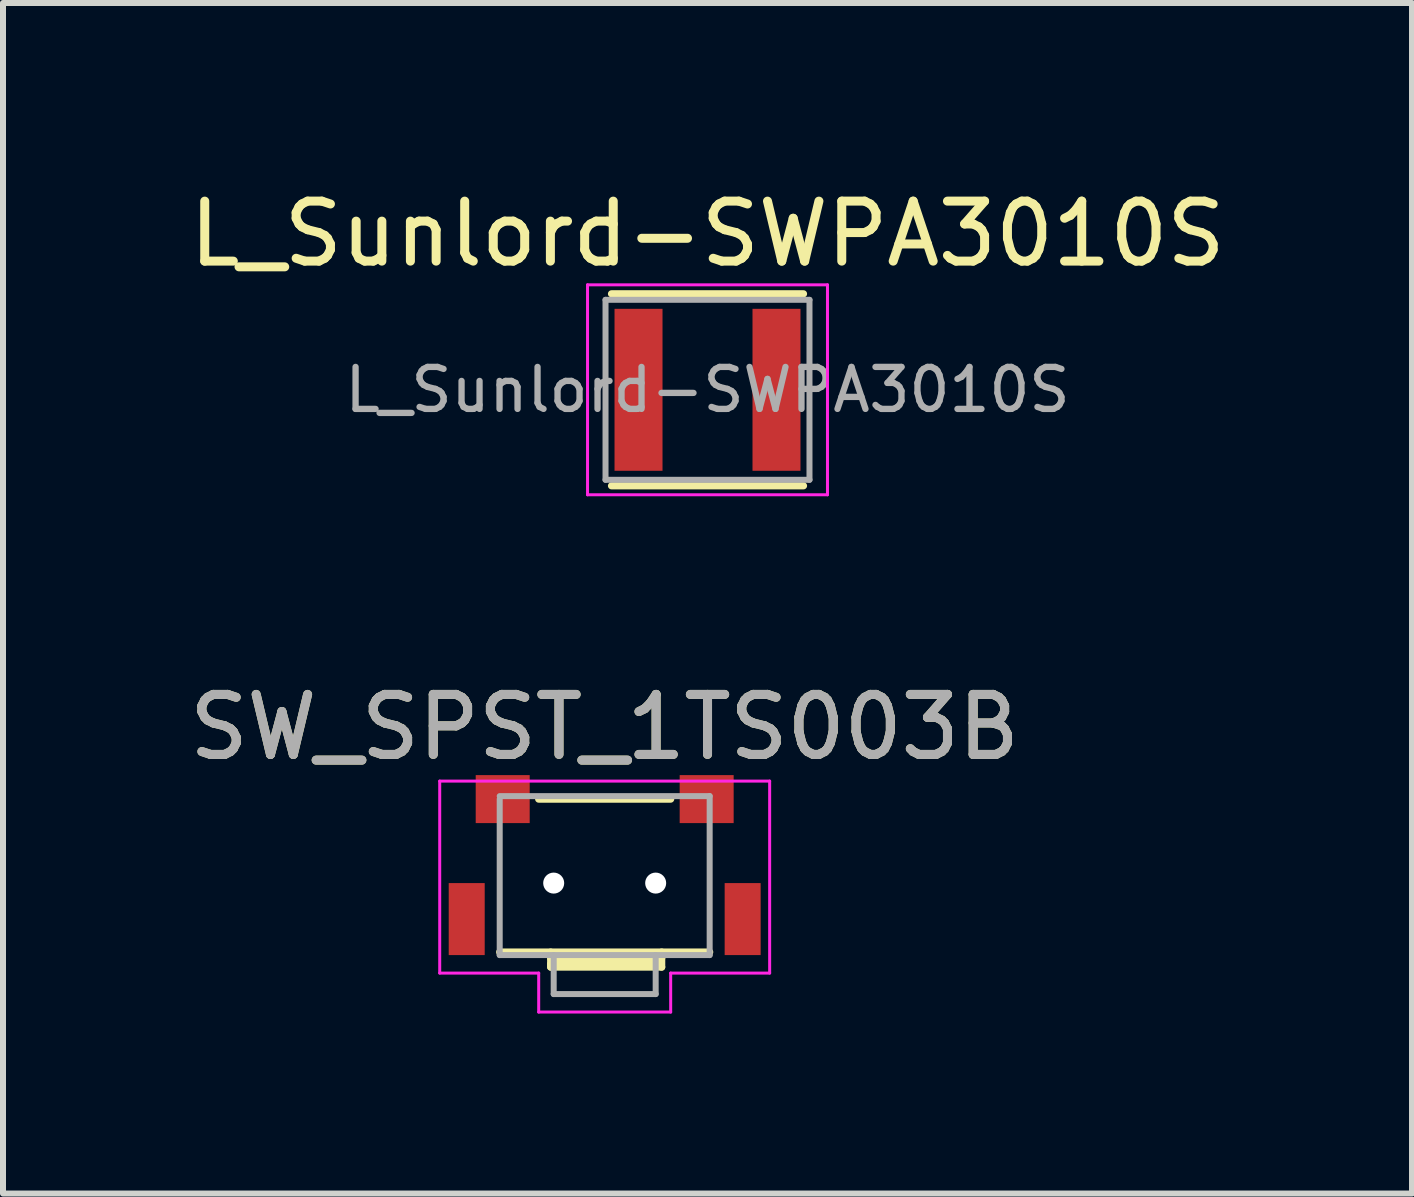
<source format=kicad_pcb>
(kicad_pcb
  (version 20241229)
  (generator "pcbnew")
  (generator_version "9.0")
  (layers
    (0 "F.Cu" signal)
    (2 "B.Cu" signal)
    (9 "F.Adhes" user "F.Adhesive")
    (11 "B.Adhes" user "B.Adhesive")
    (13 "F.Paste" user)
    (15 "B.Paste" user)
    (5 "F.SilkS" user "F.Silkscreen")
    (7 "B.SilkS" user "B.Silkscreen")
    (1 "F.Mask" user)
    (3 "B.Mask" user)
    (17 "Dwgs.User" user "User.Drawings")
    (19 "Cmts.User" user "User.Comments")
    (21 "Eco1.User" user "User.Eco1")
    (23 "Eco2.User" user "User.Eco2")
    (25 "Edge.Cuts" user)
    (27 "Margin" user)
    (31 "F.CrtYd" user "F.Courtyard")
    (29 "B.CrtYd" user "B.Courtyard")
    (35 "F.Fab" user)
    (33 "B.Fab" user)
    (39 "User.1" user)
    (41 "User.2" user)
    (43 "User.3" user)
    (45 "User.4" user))
  (footprint "L_Sunlord-SWPA3010S"
    (layer "F.Cu")
    (at 8.744 3.448)
    (property "Reference" "L_Sunlord-SWPA3010S" (at 0 -2.6 0) (layer "F.SilkS") (effects (font (size 1 1) (thickness 0.15))))
    (attr smd)
    (fp_line (start 1.6 -1.6) (end -1.6 -1.6) (stroke (width 0.12) (type solid)) (layer "F.SilkS"))
    (fp_line (start 1.6 1.6) (end -1.6 1.6) (stroke (width 0.12) (type solid)) (layer "F.SilkS"))
    (fp_line (start -2 -1.75) (end -2 1.75) (stroke (width 0.05) (type solid)) (layer "F.CrtYd"))
    (fp_line (start -2 -1.75) (end 2 -1.75) (stroke (width 0.05) (type solid)) (layer "F.CrtYd"))
    (fp_line (start 2 1.75) (end -2 1.75) (stroke (width 0.05) (type solid)) (layer "F.CrtYd"))
    (fp_line (start 2 1.75) (end 2 -1.75) (stroke (width 0.05) (type solid)) (layer "F.CrtYd"))
    (fp_line (start -1.7 -1.5) (end -1.7 1.5) (stroke (width 0.1) (type solid)) (layer "F.Fab"))
    (fp_line (start -1.7 1.5) (end 1.7 1.5) (stroke (width 0.1) (type solid)) (layer "F.Fab"))
    (fp_line (start 1.7 -1.5) (end -1.7 -1.5) (stroke (width 0.1) (type solid)) (layer "F.Fab"))
    (fp_line (start 1.7 1.5) (end 1.7 -1.5) (stroke (width 0.1) (type solid)) (layer "F.Fab"))
    (fp_text user "${REFERENCE}" (at 0 0 0) (layer "F.Fab") (effects (font (size 0.7 0.7) (thickness 0.105))))
    (pad "1" smd rect (at -1.15 0) (size 0.8 2.7) (layers "F.Cu" "F.Mask" "F.Paste"))
    (pad "2" smd rect (at 1.15 0) (size 0.8 2.7) (layers "F.Cu" "F.Mask" "F.Paste")))
  (footprint "SW_SPST_1TS003B"
    (layer "F.Cu")
    (at 7.03 11.671)
    (property "Reference" "SW_SPST_1TS003B" (at 0 -2.6 0) (layer "F.SilkS") (effects (font (size 1 1) (thickness 0.15))))
    (attr smd)
    (fp_line (start -1.1 -1.4) (end 1.1 -1.4) (stroke (width 0.12) (type solid)) (layer "F.SilkS"))
    (fp_line (start -0.9 1.4) (end -0.9 1.15) (stroke (width 0.12) (type solid)) (layer "F.SilkS"))
    (fp_line (start 0.9 1.35) (end -0.9 1.35) (stroke (width 0.12) (type solid)) (layer "F.SilkS"))
    (fp_line (start 0.95 1.15) (end 0.95 1.4) (stroke (width 0.12) (type solid)) (layer "F.SilkS"))
    (fp_line (start 0.95 1.25) (end -0.9 1.25) (stroke (width 0.12) (type solid)) (layer "F.SilkS"))
    (fp_line (start 0.95 1.4) (end -0.9 1.4) (stroke (width 0.12) (type solid)) (layer "F.SilkS"))
    (fp_line (start 1.75 1.15) (end -1.75 1.15) (stroke (width 0.12) (type solid)) (layer "F.SilkS"))
    (fp_line (start -2.75 -1.7) (end 2.75 -1.7) (stroke (width 0.05) (type solid)) (layer "F.CrtYd"))
    (fp_line (start -2.75 1.5) (end -2.75 -1.7) (stroke (width 0.05) (type solid)) (layer "F.CrtYd"))
    (fp_line (start -1.1 1.5) (end -2.75 1.5) (stroke (width 0.05) (type solid)) (layer "F.CrtYd"))
    (fp_line (start -1.1 2.15) (end -1.1 1.5) (stroke (width 0.05) (type solid)) (layer "F.CrtYd"))
    (fp_line (start 1.1 1.5) (end 1.1 2.15) (stroke (width 0.05) (type solid)) (layer "F.CrtYd"))
    (fp_line (start 1.1 2.15) (end -1.1 2.15) (stroke (width 0.05) (type solid)) (layer "F.CrtYd"))
    (fp_line (start 2.75 -1.7) (end 2.75 1.5) (stroke (width 0.05) (type solid)) (layer "F.CrtYd"))
    (fp_line (start 2.75 1.5) (end 1.1 1.5) (stroke (width 0.05) (type solid)) (layer "F.CrtYd"))
    (fp_line (start -1.75 -1.45) (end 1.75 -1.45) (stroke (width 0.1) (type solid)) (layer "F.Fab"))
    (fp_line (start -1.75 1.2) (end -1.75 -1.4) (stroke (width 0.1) (type solid)) (layer "F.Fab"))
    (fp_line (start -0.85 1.85) (end -0.85 1.2) (stroke (width 0.1) (type solid)) (layer "F.Fab"))
    (fp_line (start -0.85 1.85) (end 0.85 1.85) (stroke (width 0.1) (type solid)) (layer "F.Fab"))
    (fp_line (start 0.85 1.85) (end 0.85 1.2) (stroke (width 0.1) (type solid)) (layer "F.Fab"))
    (fp_line (start 1.75 -1.45) (end 1.75 1.2) (stroke (width 0.1) (type solid)) (layer "F.Fab"))
    (fp_line (start 1.75 1.2) (end -1.75 1.2) (stroke (width 0.1) (type solid)) (layer "F.Fab"))
    (fp_text user "${REFERENCE}" (at 0 -2.6 0) (layer "F.Fab") (effects (font (size 1 1) (thickness 0.15))))
    (pad "" np_thru_hole circle (at -0.85 0) (size 0.35 0.35) (drill 0.35) (layers "*.Cu" "*.Mask"))
    (pad "" np_thru_hole circle (at 0.85 0) (size 0.35 0.35) (drill 0.35) (layers "*.Cu" "*.Mask"))
    (pad "1" smd rect (at -1.7 -1.4) (size 0.9 0.8) (layers "F.Cu" "F.Mask" "F.Paste"))
    (pad "2" smd rect (at 1.7 -1.4) (size 0.9 0.8) (layers "F.Cu" "F.Mask" "F.Paste"))
    (pad "3" smd rect (at -2.3 0.6) (size 0.6 1.2) (layers "F.Cu" "F.Mask" "F.Paste"))
    (pad "3" smd rect (at 2.3 0.6) (size 0.6 1.2) (layers "F.Cu" "F.Mask" "F.Paste")))
  (gr_rect
    (start -3 -3)
    (end 20.488 16.846)
    (stroke (width 0.1) (type default))
    (fill no)
    (layer "Edge.Cuts")))
</source>
